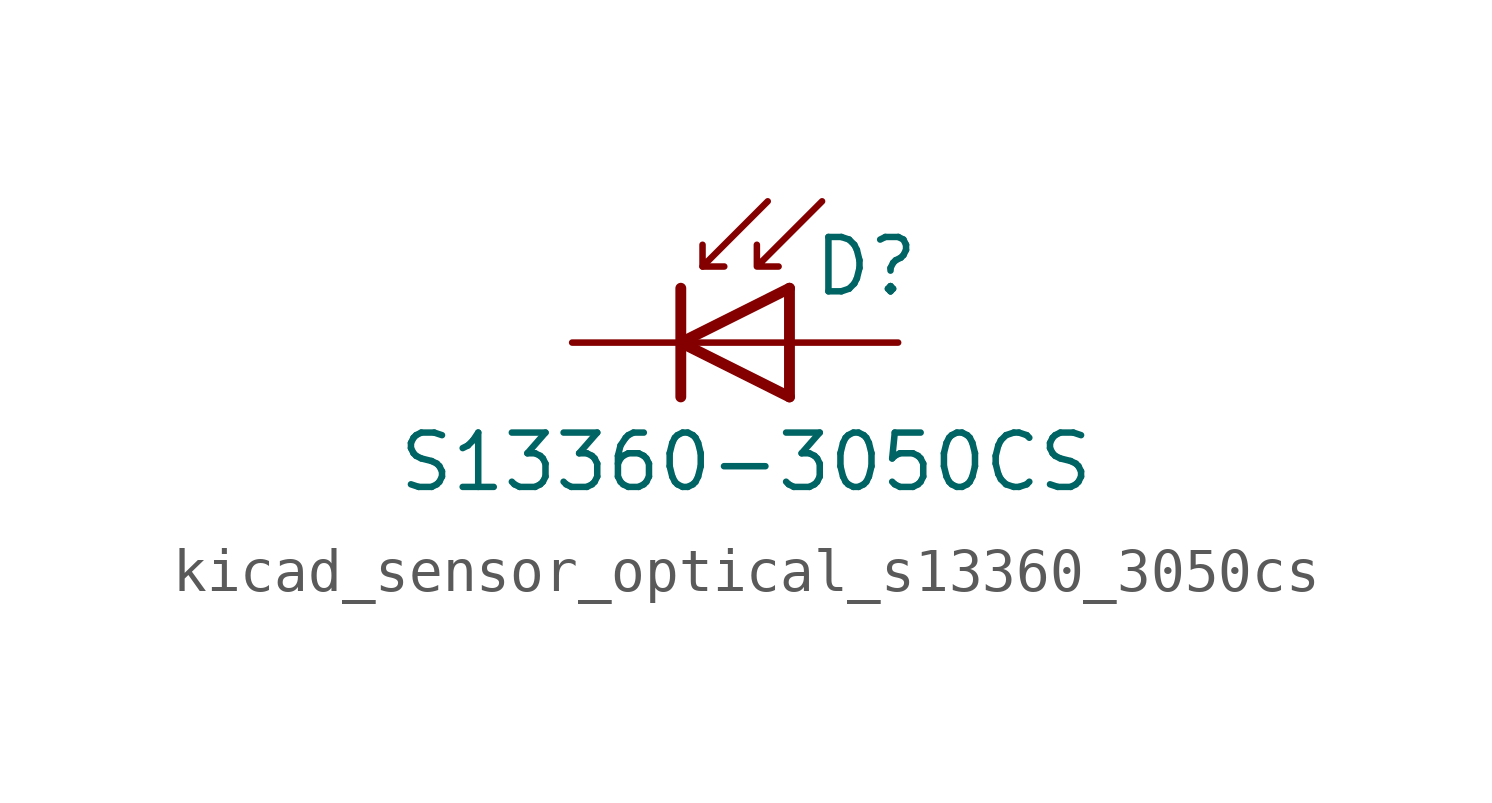
<source format=kicad_sym>
(kicad_symbol_lib
  (version 20220914)
  (generator kicad_symbol_editor)
  (symbol "kicad_sensor_optical_s13360_3050cs"
    (pin_numbers hide)
    (pin_names hide)
    (property "Reference" "D"
      (at 1.778 1.778 0)
      (effects (font (size 1.27 1.27)) (justify left)))
    (property "Value" "S13360-3050CS"
      (at 0.254 -2.794 0)
      (effects (font (size 1.27 1.27))))
    (symbol "kicad_sensor_optical_s13360_3050cs_0_1"
      (polyline (pts (xy -1.27 0) (xy 1.27 0)) (stroke (width 0) (type default)) (fill (type none)))
      (polyline (pts (xy -1.27 1.27) (xy -1.27 -1.27)) (stroke (width 0.254) (type default)) (fill (type none)))
      (polyline (pts (xy -0.762 1.778) (xy -0.254 1.778)) (stroke (width 0) (type default)) (fill (type none)))
      (polyline (pts (xy 1.27 1.27) (xy 1.27 -1.27)) (stroke (width 0.254) (type default)) (fill (type none)))
      (polyline (pts (xy 0.762 3.302) (xy -0.762 1.778) (xy -0.762 2.286)) (stroke (width 0) (type default)) (fill (type none)))
      (polyline (pts (xy 1.27 1.27) (xy -1.27 0) (xy 1.27 -1.27)) (stroke (width 0.254) (type default)) (fill (type none)))
      (polyline (pts (xy 2.032 3.302) (xy 0.508 1.778) (xy 0.508 2.286) (xy 0.508 1.778) (xy 1.016 1.778)) (stroke (width 0) (type default)) (fill (type none))))
    (symbol "kicad_sensor_optical_s13360_3050cs_1_1"
      (pin passive line (at 3.81 0 180) (length 2.54) (name "A" (effects (font (size 1.27 1.27)))) (number "1" (effects (font (size 1.27 1.27)))))
      (pin passive line (at -3.81 0 0) (length 2.54) (name "K" (effects (font (size 1.27 1.27)))) (number "2" (effects (font (size 1.27 1.27))))))))
</source>
